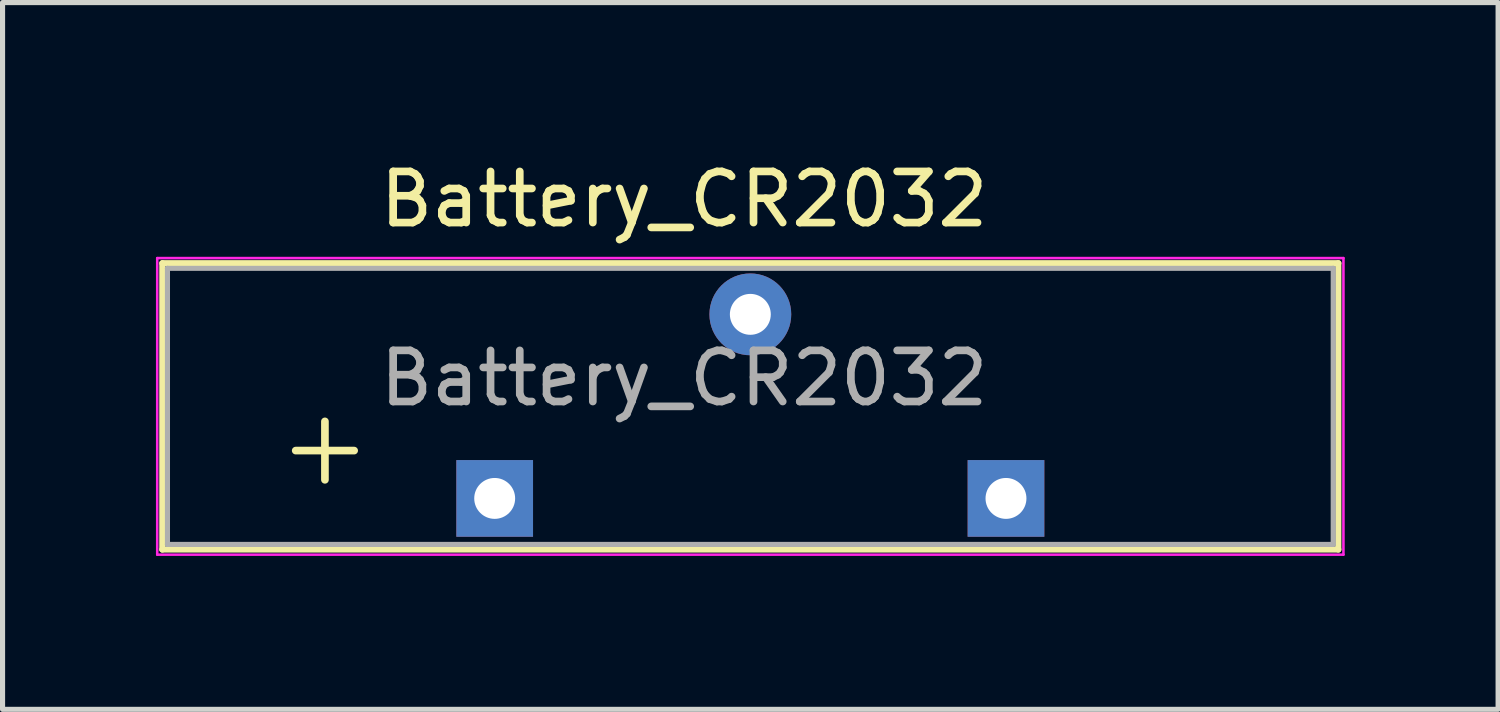
<source format=kicad_pcb>
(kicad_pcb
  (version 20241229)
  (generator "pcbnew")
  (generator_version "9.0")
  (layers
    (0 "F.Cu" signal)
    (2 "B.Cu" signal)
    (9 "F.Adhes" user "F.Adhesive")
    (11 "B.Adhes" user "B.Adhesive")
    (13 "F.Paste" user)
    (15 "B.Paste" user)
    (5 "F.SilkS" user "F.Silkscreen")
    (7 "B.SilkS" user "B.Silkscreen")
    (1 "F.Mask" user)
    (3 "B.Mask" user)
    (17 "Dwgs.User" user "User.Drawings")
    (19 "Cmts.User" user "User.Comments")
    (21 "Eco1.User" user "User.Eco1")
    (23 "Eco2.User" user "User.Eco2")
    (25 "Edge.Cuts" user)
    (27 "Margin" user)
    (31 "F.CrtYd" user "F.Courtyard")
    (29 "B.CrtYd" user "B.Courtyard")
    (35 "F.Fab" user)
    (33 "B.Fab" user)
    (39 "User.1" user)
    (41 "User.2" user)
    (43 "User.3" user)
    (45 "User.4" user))
  (footprint "Battery_CR2032"
    (layer "F.Cu")
    (at 11.605 5.348)
    (property "Reference" "Battery_CR2032" (at -1.275 -4.5 0) (layer "F.SilkS") (effects (font (size 1 1) (thickness 0.15))))
    (attr through_hole)
    (fp_line (start -11.48 -3.25) (end -11.48 2.35) (stroke (width 0.12) (type solid)) (layer "F.SilkS"))
    (fp_line (start -11.48 -3.25) (end 11.52 -3.25) (stroke (width 0.12) (type solid)) (layer "F.SilkS"))
    (fp_line (start -11.48 2.35) (end 11.52 2.35) (stroke (width 0.12) (type solid)) (layer "F.SilkS"))
    (fp_line (start 11.52 -3.25) (end 11.52 2.35) (stroke (width 0.12) (type solid)) (layer "F.SilkS"))
    (fp_line (start -11.58 -3.35) (end -11.58 2.45) (stroke (width 0.05) (type solid)) (layer "F.CrtYd"))
    (fp_line (start -11.58 -3.35) (end 11.62 -3.35) (stroke (width 0.05) (type solid)) (layer "F.CrtYd"))
    (fp_line (start -11.58 2.45) (end 11.62 2.45) (stroke (width 0.05) (type solid)) (layer "F.CrtYd"))
    (fp_line (start 11.62 -3.35) (end 11.62 2.45) (stroke (width 0.05) (type solid)) (layer "F.CrtYd"))
    (fp_line (start -11.38 -3.15) (end -11.38 2.25) (stroke (width 0.1) (type solid)) (layer "F.Fab"))
    (fp_line (start -11.38 -3.15) (end 11.42 -3.15) (stroke (width 0.1) (type solid)) (layer "F.Fab"))
    (fp_line (start -11.38 2.25) (end 11.42 2.25) (stroke (width 0.1) (type solid)) (layer "F.Fab"))
    (fp_line (start 11.42 -3.15) (end 11.42 2.25) (stroke (width 0.1) (type solid)) (layer "F.Fab"))
    (fp_text user "+" (at -8.3 0.3 0) (layer "F.SilkS") (effects (font (size 1.5 1.5) (thickness 0.15))))
    (fp_text user "${REFERENCE}" (at -1.275 -1 180) (layer "F.Fab") (effects (font (size 1 1) (thickness 0.15))))
    (pad "1" thru_hole rect (at -4.98 1.35 90) (size 1.5 1.5) (drill 0.8) (layers "*.Cu" "*.Mask"))
    (pad "1" thru_hole rect (at 5.02 1.35 90) (size 1.5 1.5) (drill 0.8) (layers "*.Cu" "*.Mask"))
    (pad "2" thru_hole circle (at 0.02 -2.25) (size 1.6 1.6) (drill 0.8) (layers "*.Cu" "*.Mask")))
  (gr_rect
    (start -3 -3)
    (end 26.25 10.823)
    (stroke (width 0.1) (type default))
    (fill no)
    (layer "Edge.Cuts")))
</source>
